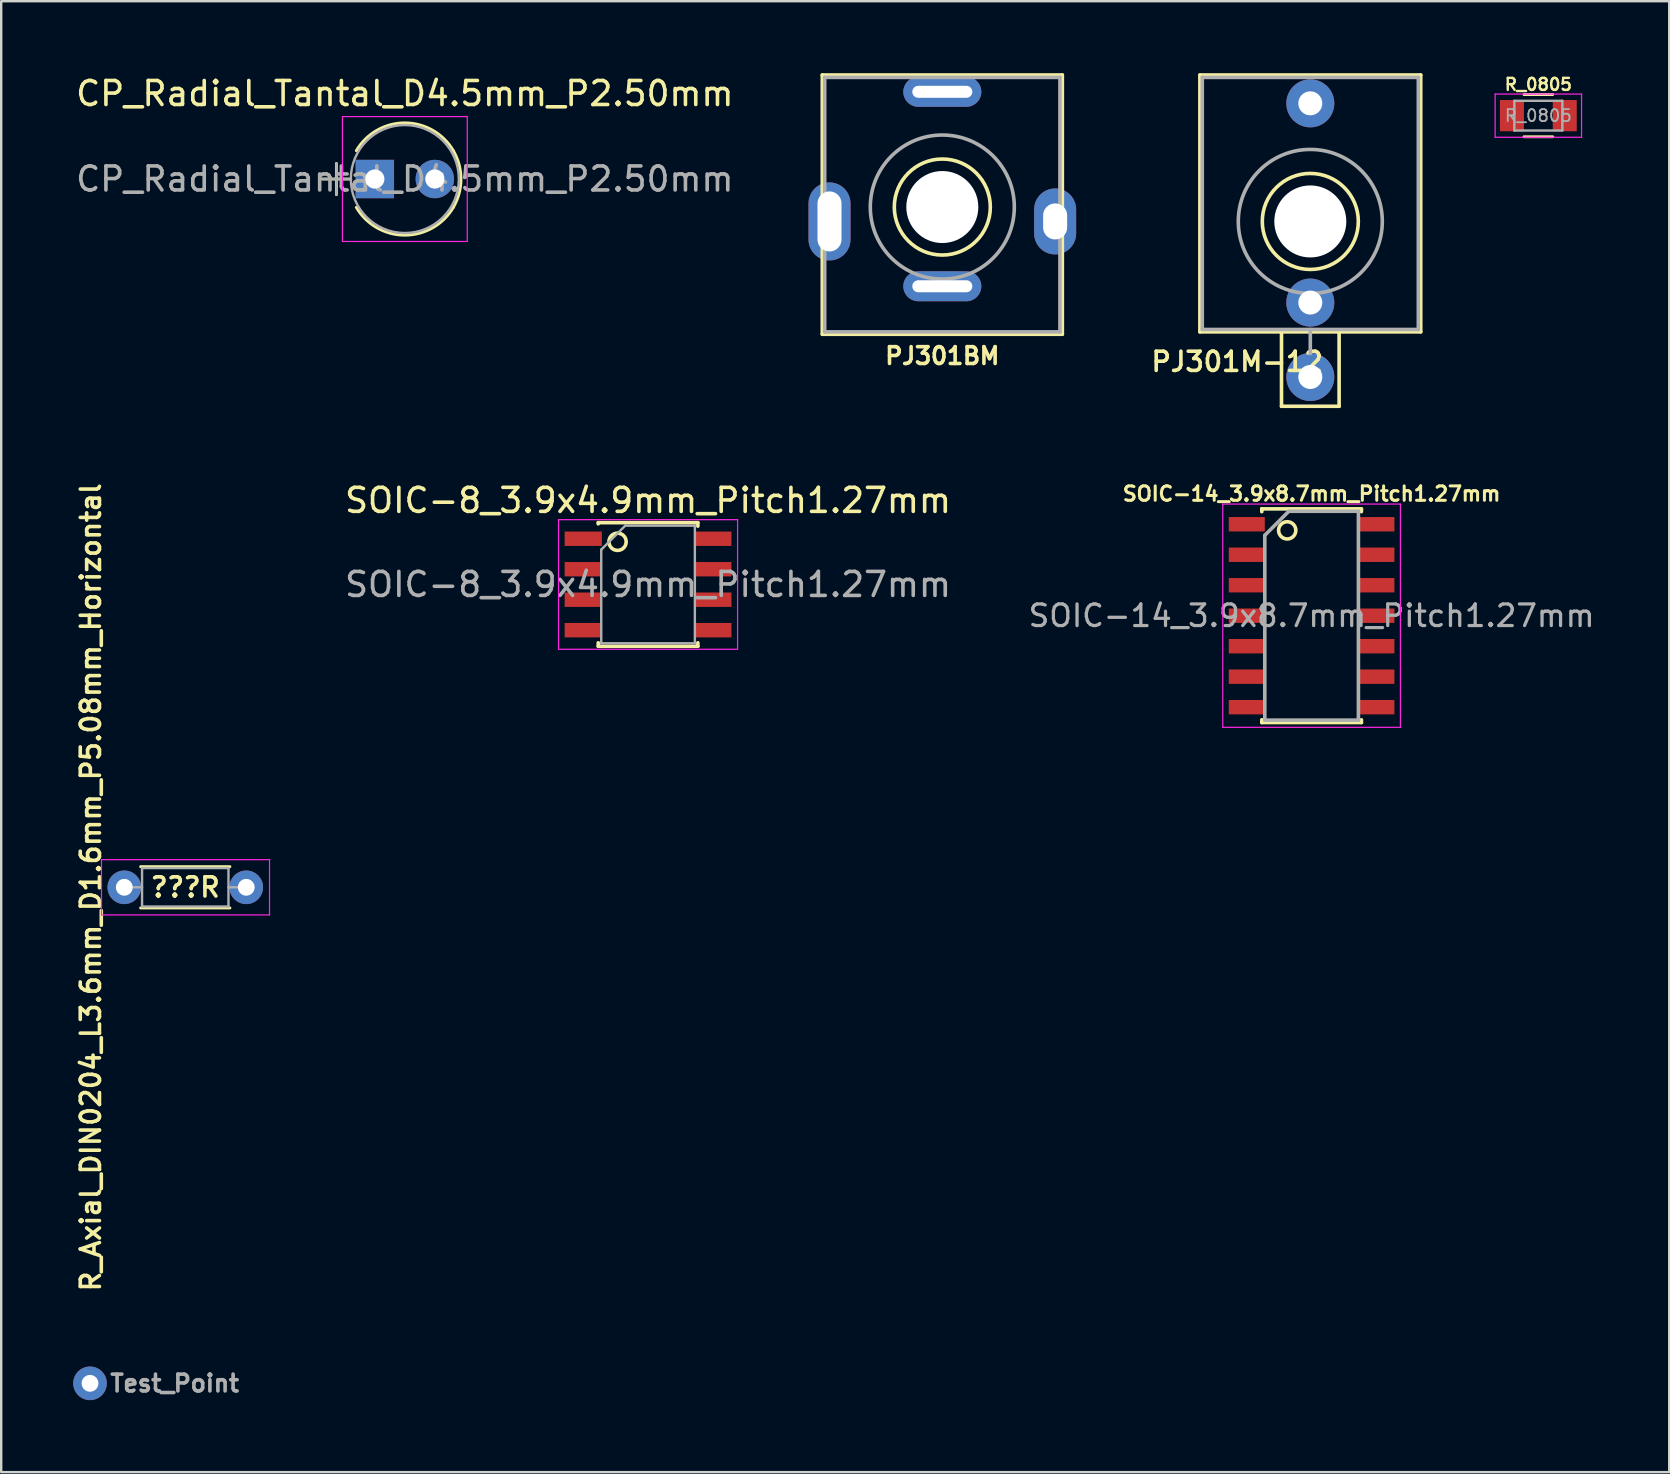
<source format=kicad_pcb>
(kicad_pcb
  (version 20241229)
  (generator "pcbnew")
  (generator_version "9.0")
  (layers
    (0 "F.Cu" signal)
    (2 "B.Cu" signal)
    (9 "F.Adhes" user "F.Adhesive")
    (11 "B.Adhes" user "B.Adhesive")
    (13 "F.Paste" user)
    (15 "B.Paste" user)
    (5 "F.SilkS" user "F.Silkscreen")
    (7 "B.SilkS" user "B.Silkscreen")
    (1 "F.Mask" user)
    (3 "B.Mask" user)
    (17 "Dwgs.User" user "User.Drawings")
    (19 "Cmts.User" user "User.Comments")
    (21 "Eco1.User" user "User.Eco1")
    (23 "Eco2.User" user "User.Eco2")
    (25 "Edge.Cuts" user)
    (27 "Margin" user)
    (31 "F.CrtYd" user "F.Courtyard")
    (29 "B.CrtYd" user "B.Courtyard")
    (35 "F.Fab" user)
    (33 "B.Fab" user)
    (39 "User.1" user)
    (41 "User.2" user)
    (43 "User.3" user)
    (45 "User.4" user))
  (footprint "SOIC-8_3.9x4.9mm_Pitch1.27mm"
    (layer "F.Cu")
    (at 23.947 21.298)
    (property "Reference" "SOIC-8_3.9x4.9mm_Pitch1.27mm" (at 0 -3.5 0) (layer "F.SilkS") (effects (font (size 1 1) (thickness 0.15))))
    (attr smd)
    (fp_line (start -2.075 -2.575) (end -2.075 -2.525) (stroke (width 0.15) (type solid)) (layer "F.SilkS"))
    (fp_line (start -2.075 -2.575) (end 2.075 -2.575) (stroke (width 0.15) (type solid)) (layer "F.SilkS"))
    (fp_line (start -2.075 2.575) (end -2.075 2.43) (stroke (width 0.15) (type solid)) (layer "F.SilkS"))
    (fp_line (start -2.075 2.575) (end 2.075 2.575) (stroke (width 0.15) (type solid)) (layer "F.SilkS"))
    (fp_line (start 2.075 -2.575) (end 2.075 -2.43) (stroke (width 0.15) (type solid)) (layer "F.SilkS"))
    (fp_line (start 2.075 2.575) (end 2.075 2.43) (stroke (width 0.15) (type solid)) (layer "F.SilkS"))
    (fp_circle (center -1.27 -1.778) (end -1.016 -1.524) (stroke (width 0.15) (type solid)) (fill no) (layer "F.SilkS"))
    (fp_line (start -3.73 -2.7) (end -3.73 2.7) (stroke (width 0.05) (type solid)) (layer "F.CrtYd"))
    (fp_line (start -3.73 -2.7) (end 3.73 -2.7) (stroke (width 0.05) (type solid)) (layer "F.CrtYd"))
    (fp_line (start -3.73 2.7) (end 3.73 2.7) (stroke (width 0.05) (type solid)) (layer "F.CrtYd"))
    (fp_line (start 3.73 -2.7) (end 3.73 2.7) (stroke (width 0.05) (type solid)) (layer "F.CrtYd"))
    (fp_line (start -1.95 -1.45) (end -0.95 -2.45) (stroke (width 0.1) (type solid)) (layer "F.Fab"))
    (fp_line (start -1.95 2.45) (end -1.95 -1.45) (stroke (width 0.1) (type solid)) (layer "F.Fab"))
    (fp_line (start -0.95 -2.45) (end 1.95 -2.45) (stroke (width 0.1) (type solid)) (layer "F.Fab"))
    (fp_line (start 1.95 -2.45) (end 1.95 2.45) (stroke (width 0.1) (type solid)) (layer "F.Fab"))
    (fp_line (start 1.95 2.45) (end -1.95 2.45) (stroke (width 0.1) (type solid)) (layer "F.Fab"))
    (fp_text user "${REFERENCE}" (at 0 0 0) (layer "F.Fab") (effects (font (size 1 1) (thickness 0.15))))
    (pad "1" smd rect (at -2.7 -1.905) (size 1.55 0.6) (layers "F.Cu" "F.Mask" "F.Paste"))
    (pad "2" smd rect (at -2.7 -0.635) (size 1.55 0.6) (layers "F.Cu" "F.Mask" "F.Paste"))
    (pad "3" smd rect (at -2.7 0.635) (size 1.55 0.6) (layers "F.Cu" "F.Mask" "F.Paste"))
    (pad "4" smd rect (at -2.7 1.905) (size 1.55 0.6) (layers "F.Cu" "F.Mask" "F.Paste"))
    (pad "5" smd rect (at 2.7 1.905) (size 1.55 0.6) (layers "F.Cu" "F.Mask" "F.Paste"))
    (pad "6" smd rect (at 2.7 0.635) (size 1.55 0.6) (layers "F.Cu" "F.Mask" "F.Paste"))
    (pad "7" smd rect (at 2.7 -0.635) (size 1.55 0.6) (layers "F.Cu" "F.Mask" "F.Paste"))
    (pad "8" smd rect (at 2.7 -1.905) (size 1.55 0.6) (layers "F.Cu" "F.Mask" "F.Paste")))
  (footprint "CP_Radial_Tantal_D4.5mm_P2.50mm"
    (layer "F.Cu")
    (at 12.565 4.408)
    (property "Reference" "CP_Radial_Tantal_D4.5mm_P2.50mm" (at 1.25 -3.56 0) (layer "F.SilkS") (effects (font (size 1 1) (thickness 0.15))))
    (attr through_hole)
    (fp_line (start -2.2 0) (end -1 0) (stroke (width 0.12) (type solid)) (layer "F.SilkS"))
    (fp_line (start -1.6 -0.65) (end -1.6 0.65) (stroke (width 0.12) (type solid)) (layer "F.SilkS"))
    (fp_arc (start -0.770693 -1.18) (mid 1.249311 -2.34) (end 3.269998 -1.181189) (stroke (width 0.12) (type solid)) (layer "F.SilkS"))
    (fp_arc (start 3.269998 1.181189) (mid 1.249311 2.34) (end -0.770693 1.18) (stroke (width 0.12) (type solid)) (layer "F.SilkS"))
    (fp_arc (start 3.270693 -1.18) (mid 3.59 0.000689) (end 3.269998 1.181189) (stroke (width 0.12) (type solid)) (layer "F.SilkS"))
    (fp_line (start -1.35 -2.6) (end -1.35 2.6) (stroke (width 0.05) (type solid)) (layer "F.CrtYd"))
    (fp_line (start -1.35 2.6) (end 3.85 2.6) (stroke (width 0.05) (type solid)) (layer "F.CrtYd"))
    (fp_line (start 3.85 -2.6) (end -1.35 -2.6) (stroke (width 0.05) (type solid)) (layer "F.CrtYd"))
    (fp_line (start 3.85 2.6) (end 3.85 -2.6) (stroke (width 0.05) (type solid)) (layer "F.CrtYd"))
    (fp_line (start -2.2 0) (end -1 0) (stroke (width 0.1) (type solid)) (layer "F.Fab"))
    (fp_line (start -1.6 -0.65) (end -1.6 0.65) (stroke (width 0.1) (type solid)) (layer "F.Fab"))
    (fp_circle (center 1.25 0) (end 3.5 0) (stroke (width 0.1) (type solid)) (fill no) (layer "F.Fab"))
    (fp_text user "${REFERENCE}" (at 1.25 0 0) (layer "F.Fab") (effects (font (size 1 1) (thickness 0.15))))
    (pad "1" thru_hole rect (at 0 0) (size 1.6 1.6) (drill 0.8) (layers "*.Cu" "*.Mask"))
    (pad "2" thru_hole circle (at 2.5 0) (size 1.6 1.6) (drill 0.8) (layers "*.Cu" "*.Mask")))
  (footprint "R_Axial_DIN0204_L3.6mm_D1.6mm_P5.08mm_Horizontal"
    (layer "F.Cu")
    (at 2.128 33.914)
    (property "Reference" "R_Axial_DIN0204_L3.6mm_D1.6mm_P5.08mm_Horizontal" (at -1.397 0 90) (layer "F.SilkS") (effects (font (size 0.8 0.8) (thickness 0.15))))
    (property "Value" "???R" (at 2.54 0 0) (layer "F.Fab") (hide yes) (effects (font (size 0.8 0.8) (thickness 0.15))))
    (attr through_hole)
    (fp_line (start 0.68 -0.86) (end 4.4 -0.86) (stroke (width 0.12) (type solid)) (layer "F.SilkS"))
    (fp_line (start 0.68 0.86) (end 4.4 0.86) (stroke (width 0.12) (type solid)) (layer "F.SilkS"))
    (fp_line (start -0.95 -1.15) (end -0.95 1.15) (stroke (width 0.05) (type solid)) (layer "F.CrtYd"))
    (fp_line (start -0.95 1.15) (end 6.05 1.15) (stroke (width 0.05) (type solid)) (layer "F.CrtYd"))
    (fp_line (start 6.05 -1.15) (end -0.95 -1.15) (stroke (width 0.05) (type solid)) (layer "F.CrtYd"))
    (fp_line (start 6.05 1.15) (end 6.05 -1.15) (stroke (width 0.05) (type solid)) (layer "F.CrtYd"))
    (fp_line (start 0 0) (end 0.74 0) (stroke (width 0.1) (type solid)) (layer "F.Fab"))
    (fp_line (start 0.74 -0.8) (end 0.74 0.8) (stroke (width 0.1) (type solid)) (layer "F.Fab"))
    (fp_line (start 0.74 0.8) (end 4.34 0.8) (stroke (width 0.1) (type solid)) (layer "F.Fab"))
    (fp_line (start 4.34 -0.8) (end 0.74 -0.8) (stroke (width 0.1) (type solid)) (layer "F.Fab"))
    (fp_line (start 4.34 0.8) (end 4.34 -0.8) (stroke (width 0.1) (type solid)) (layer "F.Fab"))
    (fp_line (start 5.08 0) (end 4.34 0) (stroke (width 0.1) (type solid)) (layer "F.Fab"))
    (fp_text user "${VALUE}" (at 2.54 0 0) (layer "F.SilkS") (effects (font (size 0.8 0.8) (thickness 0.15))))
    (pad "1" thru_hole circle (at 0 0) (size 1.4 1.4) (drill 0.7) (layers "*.Cu" "*.Mask"))
    (pad "2" thru_hole oval (at 5.08 0) (size 1.4 1.4) (drill 0.7) (layers "*.Cu" "*.Mask")))
  (footprint "PJ301M-12"
    (layer "F.Cu")
    (at 51.536 6.175)
    (property "Reference" "PJ301M-12" (at -3.048 5.842 0) (layer "F.SilkS") (effects (font (size 0.8 0.8) (thickness 0.15))))
    (attr through_hole)
    (fp_line (start -4.6 -6.1) (end 4.6 -6.1) (stroke (width 0.15) (type solid)) (layer "F.SilkS"))
    (fp_line (start -4.6 4.6) (end -4.6 -6.1) (stroke (width 0.15) (type solid)) (layer "F.SilkS"))
    (fp_line (start -1.2 4.6) (end -1.2 7.7) (stroke (width 0.15) (type solid)) (layer "F.SilkS"))
    (fp_line (start -1.2 7.7) (end 1.2 7.7) (stroke (width 0.15) (type solid)) (layer "F.SilkS"))
    (fp_line (start 1.2 7.7) (end 1.2 4.6) (stroke (width 0.15) (type solid)) (layer "F.SilkS"))
    (fp_line (start 4.6 -6.1) (end 4.6 4.6) (stroke (width 0.15) (type solid)) (layer "F.SilkS"))
    (fp_line (start 4.6 4.6) (end -4.6 4.6) (stroke (width 0.15) (type solid)) (layer "F.SilkS"))
    (fp_circle (center 0 0) (end 2 0) (stroke (width 0.15) (type solid)) (fill no) (layer "F.SilkS"))
    (fp_line (start -4.5 -6) (end -4.5 4.5) (stroke (width 0.15) (type solid)) (layer "F.Fab"))
    (fp_line (start -4.5 4.5) (end 4.5 4.5) (stroke (width 0.15) (type solid)) (layer "F.Fab"))
    (fp_line (start 0 4.5) (end 0 5.5) (stroke (width 0.15) (type solid)) (layer "F.Fab"))
    (fp_line (start 4.5 -6) (end -4.5 -6) (stroke (width 0.15) (type solid)) (layer "F.Fab"))
    (fp_line (start 4.5 4.5) (end 4.5 -6) (stroke (width 0.15) (type solid)) (layer "F.Fab"))
    (fp_circle (center 0 0) (end 3 0) (stroke (width 0.15) (type solid)) (fill no) (layer "F.Fab"))
    (pad "" np_thru_hole circle (at 0 0) (size 3 3) (drill 3) (layers "*.Cu" "*.Mask"))
    (pad "1" thru_hole circle (at 0 6.48) (size 2 2) (drill 1) (layers "*.Cu" "*.Mask"))
    (pad "2" thru_hole circle (at 0 3.38) (size 2 2) (drill 1) (layers "*.Cu" "*.Mask"))
    (pad "3" thru_hole circle (at 0 -4.92) (size 2 2) (drill 1) (layers "*.Cu" "*.Mask")))
  (footprint "R_0805"
    (layer "F.Cu")
    (at 61.036 1.768)
    (property "Reference" "R_0805" (at 0 -1.3 0) (layer "F.SilkS") (effects (font (size 0.5 0.5) (thickness 0.1))))
    (attr smd)
    (fp_line (start -0.6 -0.88) (end 0.6 -0.88) (stroke (width 0.12) (type solid)) (layer "F.SilkS"))
    (fp_line (start 0.6 0.88) (end -0.6 0.88) (stroke (width 0.12) (type solid)) (layer "F.SilkS"))
    (fp_line (start -1.8 -0.9) (end -1.8 0.9) (stroke (width 0.05) (type solid)) (layer "F.CrtYd"))
    (fp_line (start -1.8 -0.9) (end 1.8 -0.9) (stroke (width 0.05) (type solid)) (layer "F.CrtYd"))
    (fp_line (start 1.8 0.9) (end -1.8 0.9) (stroke (width 0.05) (type solid)) (layer "F.CrtYd"))
    (fp_line (start 1.8 0.9) (end 1.8 -0.9) (stroke (width 0.05) (type solid)) (layer "F.CrtYd"))
    (fp_line (start -1 -0.62) (end 1 -0.62) (stroke (width 0.1) (type solid)) (layer "F.Fab"))
    (fp_line (start -1 0.62) (end -1 -0.62) (stroke (width 0.1) (type solid)) (layer "F.Fab"))
    (fp_line (start 1 -0.62) (end 1 0.62) (stroke (width 0.1) (type solid)) (layer "F.Fab"))
    (fp_line (start 1 0.62) (end -1 0.62) (stroke (width 0.1) (type solid)) (layer "F.Fab"))
    (fp_text user "${REFERENCE}" (at 0 0 0) (layer "F.Fab") (effects (font (size 0.5 0.5) (thickness 0.075))))
    (pad "1" smd rect (at -1.1 0) (size 1 1.3) (layers "F.Cu" "F.Mask" "F.Paste"))
    (pad "2" smd rect (at 1.1 0) (size 1 1.3) (layers "F.Cu" "F.Mask" "F.Paste")))
  (footprint "Test_Point"
    (layer "F.Cu")
    (at 0.7 54.578)
    (property "Reference" "Test_Point" (at 0.762 0 0) (layer "F.Fab") (effects (font (size 0.7 0.7) (thickness 0.15)) (justify left)))
    (attr through_hole)
    (pad "1" thru_hole circle (at 0 0) (size 1.4 1.4) (drill 0.7) (layers "*.Cu" "*.Mask")))
  (footprint "SOIC-14_3.9x8.7mm_Pitch1.27mm"
    (layer "F.Cu")
    (at 51.59 22.6)
    (property "Reference" "SOIC-14_3.9x8.7mm_Pitch1.27mm" (at 0 -5.08 0) (layer "F.SilkS") (effects (font (size 0.6 0.6) (thickness 0.125))))
    (attr smd)
    (fp_line (start -2.075 -4.45) (end -2.075 -4.425) (stroke (width 0.15) (type solid)) (layer "F.SilkS"))
    (fp_line (start -2.075 -4.45) (end -2.075 -4.335) (stroke (width 0.15) (type solid)) (layer "F.SilkS"))
    (fp_line (start -2.075 -4.45) (end 2.075 -4.45) (stroke (width 0.15) (type solid)) (layer "F.SilkS"))
    (fp_line (start -2.075 4.45) (end -2.075 4.335) (stroke (width 0.15) (type solid)) (layer "F.SilkS"))
    (fp_line (start -2.075 4.45) (end 2.075 4.45) (stroke (width 0.15) (type solid)) (layer "F.SilkS"))
    (fp_line (start 2.075 -4.45) (end 2.075 -4.335) (stroke (width 0.15) (type solid)) (layer "F.SilkS"))
    (fp_line (start 2.075 4.45) (end 2.075 4.335) (stroke (width 0.15) (type solid)) (layer "F.SilkS"))
    (fp_circle (center -1.016 -3.556) (end -0.762 -3.81) (stroke (width 0.15) (type solid)) (fill no) (layer "F.SilkS"))
    (fp_line (start -3.7 -4.65) (end -3.7 4.65) (stroke (width 0.05) (type solid)) (layer "F.CrtYd"))
    (fp_line (start -3.7 -4.65) (end 3.7 -4.65) (stroke (width 0.05) (type solid)) (layer "F.CrtYd"))
    (fp_line (start -3.7 4.65) (end 3.7 4.65) (stroke (width 0.05) (type solid)) (layer "F.CrtYd"))
    (fp_line (start 3.7 -4.65) (end 3.7 4.65) (stroke (width 0.05) (type solid)) (layer "F.CrtYd"))
    (fp_line (start -1.95 -3.35) (end -0.95 -4.35) (stroke (width 0.15) (type solid)) (layer "F.Fab"))
    (fp_line (start -1.95 4.35) (end -1.95 -3.35) (stroke (width 0.15) (type solid)) (layer "F.Fab"))
    (fp_line (start -0.95 -4.35) (end 1.95 -4.35) (stroke (width 0.15) (type solid)) (layer "F.Fab"))
    (fp_line (start 1.95 -4.35) (end 1.95 4.35) (stroke (width 0.15) (type solid)) (layer "F.Fab"))
    (fp_line (start 1.95 4.35) (end -1.95 4.35) (stroke (width 0.15) (type solid)) (layer "F.Fab"))
    (fp_text user "${REFERENCE}" (at 0 0 0) (layer "F.Fab") (effects (font (size 0.9 0.9) (thickness 0.135))))
    (pad "1" smd rect (at -2.7 -3.81) (size 1.5 0.6) (layers "F.Cu" "F.Mask" "F.Paste"))
    (pad "2" smd rect (at -2.7 -2.54) (size 1.5 0.6) (layers "F.Cu" "F.Mask" "F.Paste"))
    (pad "3" smd rect (at -2.7 -1.27) (size 1.5 0.6) (layers "F.Cu" "F.Mask" "F.Paste"))
    (pad "4" smd rect (at -2.7 0) (size 1.5 0.6) (layers "F.Cu" "F.Mask" "F.Paste"))
    (pad "5" smd rect (at -2.7 1.27) (size 1.5 0.6) (layers "F.Cu" "F.Mask" "F.Paste"))
    (pad "6" smd rect (at -2.7 2.54) (size 1.5 0.6) (layers "F.Cu" "F.Mask" "F.Paste"))
    (pad "7" smd rect (at -2.7 3.81) (size 1.5 0.6) (layers "F.Cu" "F.Mask" "F.Paste"))
    (pad "8" smd rect (at 2.7 3.81) (size 1.5 0.6) (layers "F.Cu" "F.Mask" "F.Paste"))
    (pad "9" smd rect (at 2.7 2.54) (size 1.5 0.6) (layers "F.Cu" "F.Mask" "F.Paste"))
    (pad "10" smd rect (at 2.7 1.27) (size 1.5 0.6) (layers "F.Cu" "F.Mask" "F.Paste"))
    (pad "11" smd rect (at 2.7 0) (size 1.5 0.6) (layers "F.Cu" "F.Mask" "F.Paste"))
    (pad "12" smd rect (at 2.7 -1.27) (size 1.5 0.6) (layers "F.Cu" "F.Mask" "F.Paste"))
    (pad "13" smd rect (at 2.7 -2.54) (size 1.5 0.6) (layers "F.Cu" "F.Mask" "F.Paste"))
    (pad "14" smd rect (at 2.7 -3.81) (size 1.5 0.6) (layers "F.Cu" "F.Mask" "F.Paste")))
  (footprint "PJ301BM"
    (layer "F.Cu")
    (at 36.206 5.575)
    (property "Reference" "PJ301BM" (at 0 6.2 0) (layer "F.SilkS") (effects (font (size 0.7 0.7) (thickness 0.15))))
    (attr through_hole)
    (fp_line (start -5 -5.5) (end 5 -5.5) (stroke (width 0.15) (type solid)) (layer "F.SilkS"))
    (fp_line (start -5 5.3) (end -5 -5.5) (stroke (width 0.15) (type solid)) (layer "F.SilkS"))
    (fp_line (start 5 -5.5) (end 5 5.3) (stroke (width 0.15) (type solid)) (layer "F.SilkS"))
    (fp_line (start 5 5.3) (end -5 5.3) (stroke (width 0.15) (type solid)) (layer "F.SilkS"))
    (fp_circle (center 0 0) (end 2 0) (stroke (width 0.15) (type solid)) (fill no) (layer "F.SilkS"))
    (fp_line (start -4.9 -5.4) (end -4.9 5.2) (stroke (width 0.15) (type solid)) (layer "F.Fab"))
    (fp_line (start -4.9 5.2) (end 4.9 5.2) (stroke (width 0.15) (type solid)) (layer "F.Fab"))
    (fp_line (start 4.9 -5.4) (end -4.9 -5.4) (stroke (width 0.15) (type solid)) (layer "F.Fab"))
    (fp_line (start 4.9 5.2) (end 4.9 -5.4) (stroke (width 0.15) (type solid)) (layer "F.Fab"))
    (fp_circle (center 0 0) (end 3 0) (stroke (width 0.15) (type solid)) (fill no) (layer "F.Fab"))
    (pad "" np_thru_hole circle (at 0 0) (size 3 3) (drill 3) (layers "*.Cu" "*.Mask"))
    (pad "1" thru_hole oval (at -4.7 0.6) (size 1.75 3.25) (drill oval 1 2.5) (layers "*.Cu" "*.Mask"))
    (pad "1" thru_hole oval (at 4.7 0.6) (size 1.75 2.75) (drill oval 1 1.5) (layers "*.Cu" "*.Mask"))
    (pad "2" thru_hole oval (at 0 3.3) (size 3.25 1.25) (drill oval 2.5 0.5) (layers "*.Cu" "*.Mask"))
    (pad "3" thru_hole oval (at 0 -4.8) (size 3.25 1.25) (drill oval 2.5 0.5) (layers "*.Cu" "*.Mask")))
  (gr_rect
    (start -3 -3)
    (end 66.488 58.278)
    (stroke (width 0.1) (type default))
    (fill no)
    (layer "Edge.Cuts")))
</source>
